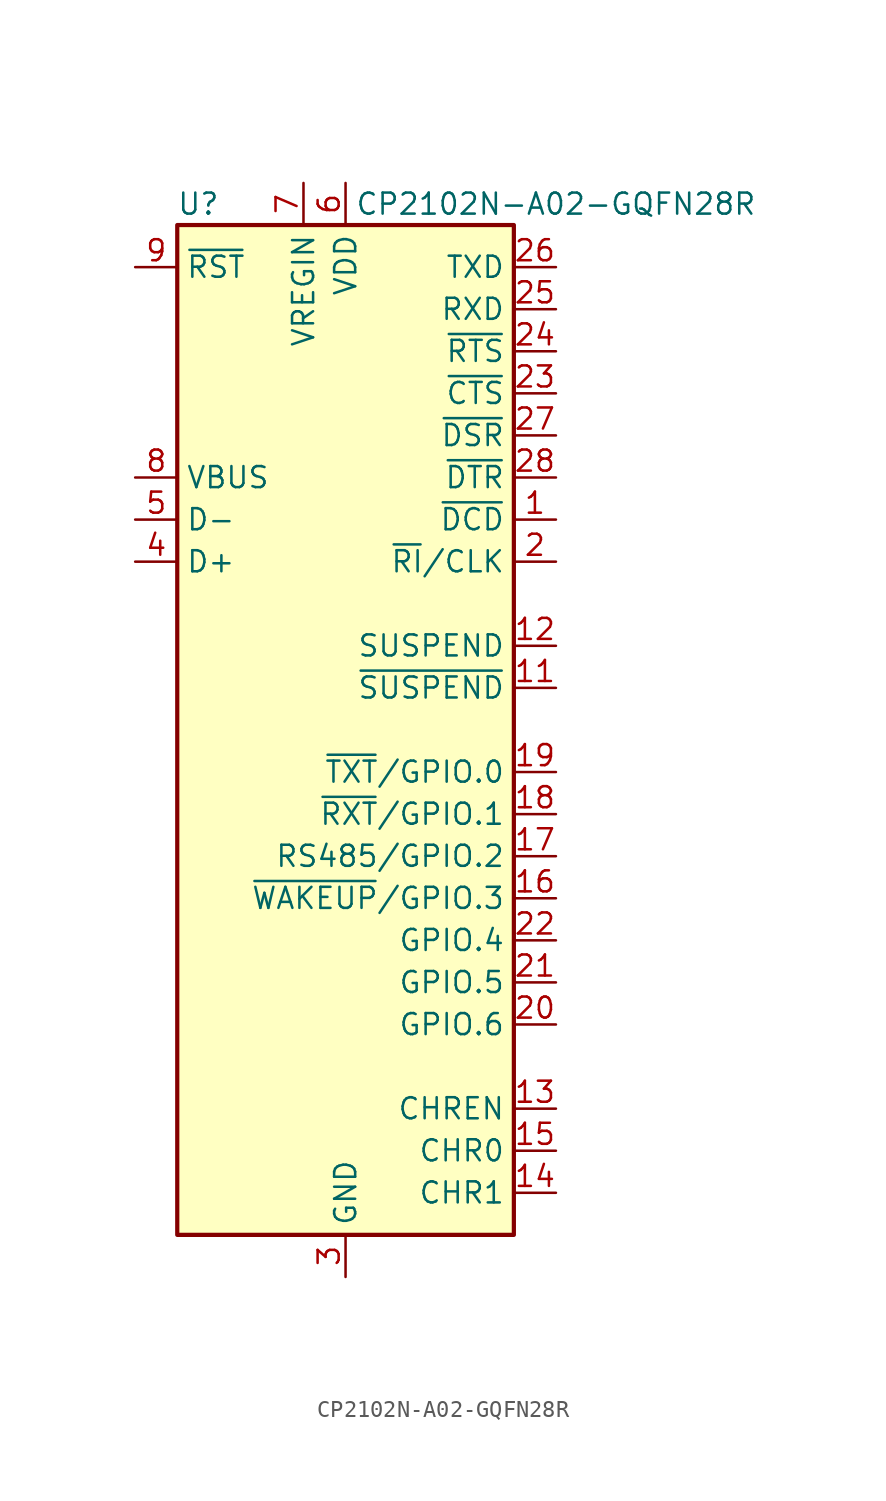
<source format=kicad_sym>
(kicad_symbol_lib
  (version 20220914)
  (generator kicad_db_lib)
  (symbol "CP2102N-A02-GQFN28R"
    (property "Reference" "U"
      (at -8.89 31.75 0)
      (effects (font (size 1.27 1.27))))
    (property "Value" "CP2102N-A02-GQFN28R"
      (at 12.7 31.75 0)
      (effects (font (size 1.27 1.27))))
    (symbol "CP2102N-A02-GQFN28R_0_1"
      (rectangle (start -10.16 30.48) (end 10.16 -30.48) (stroke (width 0.254) (type default)) (fill (type background))))
    (symbol "CP2102N-A02-GQFN28R_1_1"
      (pin input line (at 12.7 12.7 180) (length 2.54) (name "~{DCD}" (effects (font (size 1.27 1.27)))) (number "1" (effects (font (size 1.27 1.27)))))
      (pin no_connect line (at -10.16 -27.94 0) (length 2.54) hide (name "NC" (effects (font (size 1.27 1.27)))) (number "10" (effects (font (size 1.27 1.27)))))
      (pin output line (at 12.7 2.54 180) (length 2.54) (name "~{SUSPEND}" (effects (font (size 1.27 1.27)))) (number "11" (effects (font (size 1.27 1.27)))))
      (pin output line (at 12.7 5.08 180) (length 2.54) (name "SUSPEND" (effects (font (size 1.27 1.27)))) (number "12" (effects (font (size 1.27 1.27)))))
      (pin output line (at 12.7 -22.86 180) (length 2.54) (name "CHREN" (effects (font (size 1.27 1.27)))) (number "13" (effects (font (size 1.27 1.27)))))
      (pin output line (at 12.7 -27.94 180) (length 2.54) (name "CHR1" (effects (font (size 1.27 1.27)))) (number "14" (effects (font (size 1.27 1.27)))))
      (pin output line (at 12.7 -25.4 180) (length 2.54) (name "CHR0" (effects (font (size 1.27 1.27)))) (number "15" (effects (font (size 1.27 1.27)))))
      (pin bidirectional line (at 12.7 -10.16 180) (length 2.54) (name "~{WAKEUP}/GPIO.3" (effects (font (size 1.27 1.27)))) (number "16" (effects (font (size 1.27 1.27)))))
      (pin bidirectional line (at 12.7 -7.62 180) (length 2.54) (name "RS485/GPIO.2" (effects (font (size 1.27 1.27)))) (number "17" (effects (font (size 1.27 1.27)))))
      (pin bidirectional line (at 12.7 -5.08 180) (length 2.54) (name "~{RXT}/GPIO.1" (effects (font (size 1.27 1.27)))) (number "18" (effects (font (size 1.27 1.27)))))
      (pin bidirectional line (at 12.7 -2.54 180) (length 2.54) (name "~{TXT}/GPIO.0" (effects (font (size 1.27 1.27)))) (number "19" (effects (font (size 1.27 1.27)))))
      (pin bidirectional line (at 12.7 10.16 180) (length 2.54) (name "~{RI}/CLK" (effects (font (size 1.27 1.27)))) (number "2" (effects (font (size 1.27 1.27)))))
      (pin bidirectional line (at 12.7 -17.78 180) (length 2.54) (name "GPIO.6" (effects (font (size 1.27 1.27)))) (number "20" (effects (font (size 1.27 1.27)))))
      (pin bidirectional line (at 12.7 -15.24 180) (length 2.54) (name "GPIO.5" (effects (font (size 1.27 1.27)))) (number "21" (effects (font (size 1.27 1.27)))))
      (pin bidirectional line (at 12.7 -12.7 180) (length 2.54) (name "GPIO.4" (effects (font (size 1.27 1.27)))) (number "22" (effects (font (size 1.27 1.27)))))
      (pin input line (at 12.7 20.32 180) (length 2.54) (name "~{CTS}" (effects (font (size 1.27 1.27)))) (number "23" (effects (font (size 1.27 1.27)))))
      (pin output line (at 12.7 22.86 180) (length 2.54) (name "~{RTS}" (effects (font (size 1.27 1.27)))) (number "24" (effects (font (size 1.27 1.27)))))
      (pin input line (at 12.7 25.4 180) (length 2.54) (name "RXD" (effects (font (size 1.27 1.27)))) (number "25" (effects (font (size 1.27 1.27)))))
      (pin output line (at 12.7 27.94 180) (length 2.54) (name "TXD" (effects (font (size 1.27 1.27)))) (number "26" (effects (font (size 1.27 1.27)))))
      (pin input line (at 12.7 17.78 180) (length 2.54) (name "~{DSR}" (effects (font (size 1.27 1.27)))) (number "27" (effects (font (size 1.27 1.27)))))
      (pin output line (at 12.7 15.24 180) (length 2.54) (name "~{DTR}" (effects (font (size 1.27 1.27)))) (number "28" (effects (font (size 1.27 1.27)))))
      (pin passive line (at 0 -33.02 90) (length 2.54) hide (name "GND" (effects (font (size 1.27 1.27)))) (number "29" (effects (font (size 1.27 1.27)))))
      (pin power_in line (at 0 -33.02 90) (length 2.54) (name "GND" (effects (font (size 1.27 1.27)))) (number "3" (effects (font (size 1.27 1.27)))))
      (pin bidirectional line (at -12.7 10.16 0) (length 2.54) (name "D+" (effects (font (size 1.27 1.27)))) (number "4" (effects (font (size 1.27 1.27)))))
      (pin bidirectional line (at -12.7 12.7 0) (length 2.54) (name "D-" (effects (font (size 1.27 1.27)))) (number "5" (effects (font (size 1.27 1.27)))))
      (pin power_in line (at 0 33.02 270) (length 2.54) (name "VDD" (effects (font (size 1.27 1.27)))) (number "6" (effects (font (size 1.27 1.27)))))
      (pin power_in line (at -2.54 33.02 270) (length 2.54) (name "VREGIN" (effects (font (size 1.27 1.27)))) (number "7" (effects (font (size 1.27 1.27)))))
      (pin input line (at -12.7 15.24 0) (length 2.54) (name "VBUS" (effects (font (size 1.27 1.27)))) (number "8" (effects (font (size 1.27 1.27)))))
      (pin input line (at -12.7 27.94 0) (length 2.54) (name "~{RST}" (effects (font (size 1.27 1.27)))) (number "9" (effects (font (size 1.27 1.27))))))))
</source>
